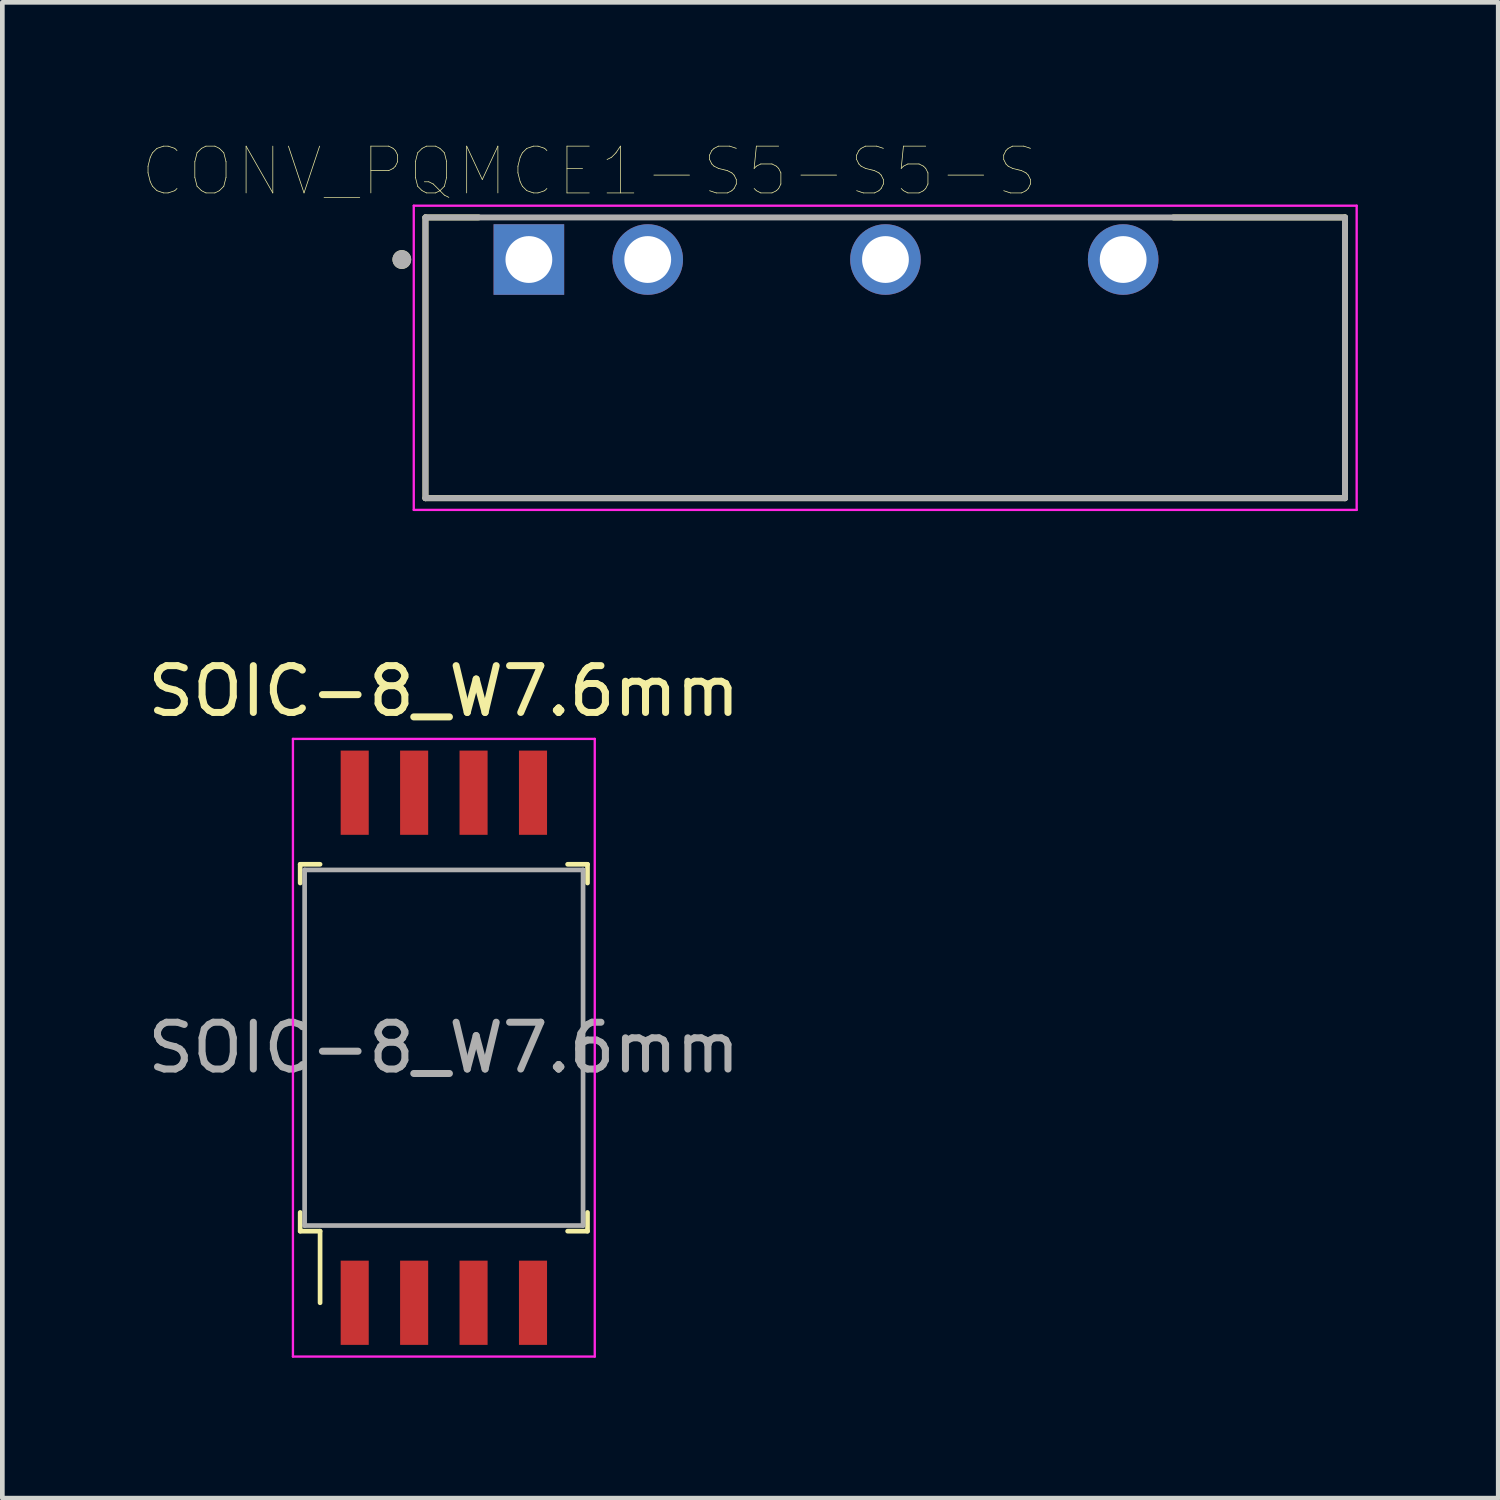
<source format=kicad_pcb>
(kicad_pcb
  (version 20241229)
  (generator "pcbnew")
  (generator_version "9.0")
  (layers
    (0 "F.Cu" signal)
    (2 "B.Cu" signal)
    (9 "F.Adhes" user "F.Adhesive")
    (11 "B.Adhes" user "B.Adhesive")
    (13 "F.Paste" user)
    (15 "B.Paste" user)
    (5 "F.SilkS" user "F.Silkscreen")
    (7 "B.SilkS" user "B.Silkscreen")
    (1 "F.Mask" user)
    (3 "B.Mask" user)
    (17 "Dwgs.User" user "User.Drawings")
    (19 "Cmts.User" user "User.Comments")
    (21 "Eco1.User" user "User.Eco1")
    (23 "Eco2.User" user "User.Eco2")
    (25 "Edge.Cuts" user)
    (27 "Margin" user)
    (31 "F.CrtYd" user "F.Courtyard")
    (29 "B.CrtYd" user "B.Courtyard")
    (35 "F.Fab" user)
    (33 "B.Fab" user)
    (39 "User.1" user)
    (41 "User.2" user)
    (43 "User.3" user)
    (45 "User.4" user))
  (footprint "SOIC-8_W7.6mm"
    (layer "F.Cu")
    (at 6.435 19.34)
    (property "Reference" "SOIC-8_W7.6mm" (at 0 -7.62 0) (layer "F.SilkS") (effects (font (size 1 1) (thickness 0.15))))
    (attr smd)
    (fp_line (start -3.07 -3.92) (end -3.07 -3.52) (stroke (width 0.1) (type solid)) (layer "F.SilkS"))
    (fp_line (start -3.07 -3.92) (end -2.645 -3.92) (stroke (width 0.1) (type solid)) (layer "F.SilkS"))
    (fp_line (start -3.07 3.52) (end -3.07 3.92) (stroke (width 0.1) (type solid)) (layer "F.SilkS"))
    (fp_line (start -3.07 3.92) (end -2.645 3.92) (stroke (width 0.1) (type solid)) (layer "F.SilkS"))
    (fp_line (start -2.645 3.92) (end -2.645 5.45) (stroke (width 0.1) (type solid)) (layer "F.SilkS"))
    (fp_line (start 3.07 -3.92) (end 2.645 -3.92) (stroke (width 0.1) (type solid)) (layer "F.SilkS"))
    (fp_line (start 3.07 -3.92) (end 3.07 -3.52) (stroke (width 0.1) (type solid)) (layer "F.SilkS"))
    (fp_line (start 3.07 3.92) (end 2.645 3.92) (stroke (width 0.1) (type solid)) (layer "F.SilkS"))
    (fp_line (start 3.07 3.92) (end 3.07 3.52) (stroke (width 0.1) (type solid)) (layer "F.SilkS"))
    (fp_line (start -3.225 -6.6) (end -3.225 6.6) (stroke (width 0.05) (type solid)) (layer "F.CrtYd"))
    (fp_line (start 3.225 -6.6) (end -3.225 -6.6) (stroke (width 0.05) (type solid)) (layer "F.CrtYd"))
    (fp_line (start 3.225 -6.6) (end 3.225 6.6) (stroke (width 0.05) (type solid)) (layer "F.CrtYd"))
    (fp_line (start 3.225 6.6) (end -3.225 6.6) (stroke (width 0.05) (type solid)) (layer "F.CrtYd"))
    (fp_line (start -2.975 -3.8) (end -2.975 3.8) (stroke (width 0.1) (type solid)) (layer "F.Fab"))
    (fp_line (start -2.975 -3.8) (end 2.975 -3.8) (stroke (width 0.1) (type solid)) (layer "F.Fab"))
    (fp_line (start -2.975 3.8) (end 2.975 3.8) (stroke (width 0.1) (type solid)) (layer "F.Fab"))
    (fp_line (start 2.975 -3.8) (end 2.975 3.8) (stroke (width 0.1) (type solid)) (layer "F.Fab"))
    (fp_text user "${REFERENCE}" (at 0 0 0) (layer "F.Fab") (effects (font (size 1 1) (thickness 0.15))))
    (pad "1" smd rect (at -1.905 5.45) (size 0.6 1.8) (layers "F.Cu" "F.Mask" "F.Paste"))
    (pad "2" smd rect (at -0.635 5.45) (size 0.6 1.8) (layers "F.Cu" "F.Mask" "F.Paste"))
    (pad "3" smd rect (at 0.635 5.45) (size 0.6 1.8) (layers "F.Cu" "F.Mask" "F.Paste"))
    (pad "4" smd rect (at 1.905 5.45) (size 0.6 1.8) (layers "F.Cu" "F.Mask" "F.Paste"))
    (pad "5" smd rect (at 1.905 -5.45) (size 0.6 1.8) (layers "F.Cu" "F.Mask" "F.Paste"))
    (pad "6" smd rect (at 0.635 -5.45) (size 0.6 1.8) (layers "F.Cu" "F.Mask" "F.Paste"))
    (pad "7" smd rect (at -0.635 -5.45) (size 0.6 1.8) (layers "F.Cu" "F.Mask" "F.Paste"))
    (pad "8" smd rect (at -1.905 -5.45) (size 0.6 1.8) (layers "F.Cu" "F.Mask" "F.Paste")))
  (footprint "CONV_PQMCE1-S5-S5-S"
    (layer "F.Cu")
    (at 15.867 2.496)
    (property "Reference" "CONV_PQMCE1-S5-S5-S" (at -6.325 -1.885 0) (layer "F.SilkS") (effects (font (size 1 1) (thickness 0.015))))
    (attr through_hole)
    (fp_line (start -9.825 -0.9) (end -9.825 5.1) (stroke (width 0.127) (type solid)) (layer "F.SilkS"))
    (fp_line (start -9.825 5.1) (end 9.825 5.1) (stroke (width 0.127) (type solid)) (layer "F.SilkS"))
    (fp_line (start -8.69 -0.9) (end -9.825 -0.9) (stroke (width 0.127) (type solid)) (layer "F.SilkS"))
    (fp_line (start 9.825 -0.9) (end 6.16 -0.9) (stroke (width 0.127) (type solid)) (layer "F.SilkS"))
    (fp_line (start 9.825 5.1) (end 9.825 -0.9) (stroke (width 0.127) (type solid)) (layer "F.SilkS"))
    (fp_circle (center -10.33 0) (end -10.23 0) (stroke (width 0.2) (type solid)) (fill no) (layer "F.SilkS"))
    (fp_line (start -10.075 -1.15) (end -10.075 5.35) (stroke (width 0.05) (type solid)) (layer "F.CrtYd"))
    (fp_line (start -10.075 5.35) (end 10.075 5.35) (stroke (width 0.05) (type solid)) (layer "F.CrtYd"))
    (fp_line (start 10.075 -1.15) (end -10.075 -1.15) (stroke (width 0.05) (type solid)) (layer "F.CrtYd"))
    (fp_line (start 10.075 5.35) (end 10.075 -1.15) (stroke (width 0.05) (type solid)) (layer "F.CrtYd"))
    (fp_line (start -9.825 -0.9) (end -9.825 5.1) (stroke (width 0.127) (type solid)) (layer "F.Fab"))
    (fp_line (start -9.825 5.1) (end 9.825 5.1) (stroke (width 0.127) (type solid)) (layer "F.Fab"))
    (fp_line (start 9.825 -0.9) (end -9.825 -0.9) (stroke (width 0.127) (type solid)) (layer "F.Fab"))
    (fp_line (start 9.825 5.1) (end 9.825 -0.9) (stroke (width 0.127) (type solid)) (layer "F.Fab"))
    (fp_circle (center -10.33 0) (end -10.23 0) (stroke (width 0.2) (type solid)) (fill no) (layer "F.Fab"))
    (pad "1" thru_hole rect (at -7.615 0) (size 1.508 1.508) (drill 1) (layers "*.Cu" "*.Mask"))
    (pad "2" thru_hole circle (at -5.075 0) (size 1.508 1.508) (drill 1) (layers "*.Cu" "*.Mask"))
    (pad "4" thru_hole circle (at 0.005 0) (size 1.508 1.508) (drill 1) (layers "*.Cu" "*.Mask"))
    (pad "6" thru_hole circle (at 5.085 0) (size 1.508 1.508) (drill 1) (layers "*.Cu" "*.Mask")))
  (gr_rect
    (start -3 -3)
    (end 28.967 28.965)
    (stroke (width 0.1) (type default))
    (fill no)
    (layer "Edge.Cuts")))
</source>
